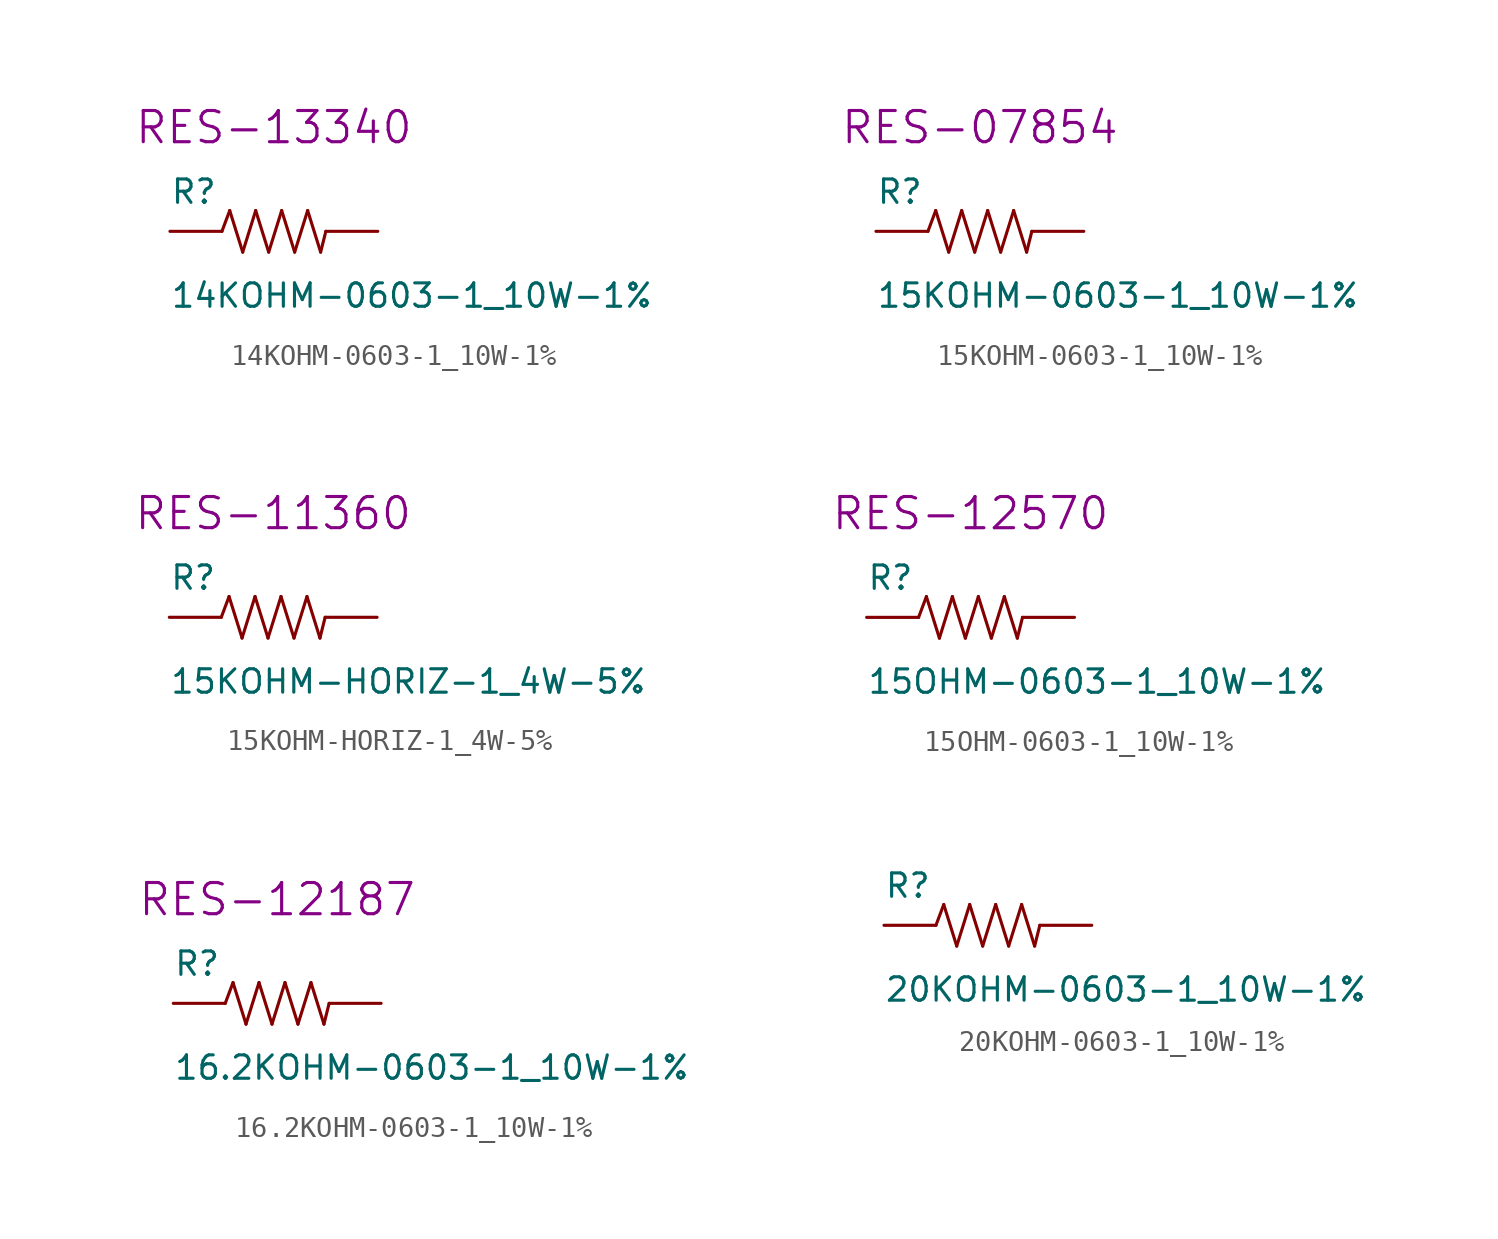
<source format=kicad_sym>
(kicad_symbol_lib
  (version 20211014)
  (generator kicad_symbol_editor)
  (symbol "14KOHM-0603-1_10W-1%"
    (pin_numbers hide)
    (pin_names
      (offset 1.016) hide)
    (property "Reference" "R"
      (at -5.08 1.27 0)
      (effects (font (size 1.143 1.143)) (justify left bottom)))
    (property "Value" "14KOHM-0603-1_10W-1%"
      (at -5.08 -3.81 0)
      (effects (font (size 1.143 1.143)) (justify left bottom)))
    (property "Field4" "RES-13340"
      (at 0 5.08 0)
      (effects (font (size 1.524 1.524))))
    (property "ki_locked" ""
      (at 0 0 0)
      (effects (font (size 1.27 1.27))))
    (symbol "14KOHM-0603-1_10W-1%_1_0"
      (polyline (pts (xy -2.54 0) (xy -2.159 1.016)) (stroke (width 0) (type default) (color 0 0 0 0)) (fill (type none)))
      (polyline (pts (xy -2.159 1.016) (xy -1.524 -1.016)) (stroke (width 0) (type default) (color 0 0 0 0)) (fill (type none)))
      (polyline (pts (xy -1.524 -1.016) (xy -0.889 1.016)) (stroke (width 0) (type default) (color 0 0 0 0)) (fill (type none)))
      (polyline (pts (xy -0.889 1.016) (xy -0.254 -1.016)) (stroke (width 0) (type default) (color 0 0 0 0)) (fill (type none)))
      (polyline (pts (xy -0.254 -1.016) (xy 0.381 1.016)) (stroke (width 0) (type default) (color 0 0 0 0)) (fill (type none)))
      (polyline (pts (xy 0.381 1.016) (xy 1.016 -1.016)) (stroke (width 0) (type default) (color 0 0 0 0)) (fill (type none)))
      (polyline (pts (xy 1.016 -1.016) (xy 1.651 1.016)) (stroke (width 0) (type default) (color 0 0 0 0)) (fill (type none)))
      (polyline (pts (xy 1.651 1.016) (xy 2.286 -1.016)) (stroke (width 0) (type default) (color 0 0 0 0)) (fill (type none)))
      (polyline (pts (xy 2.286 -1.016) (xy 2.54 0)) (stroke (width 0) (type default) (color 0 0 0 0)) (fill (type none))))
    (symbol "14KOHM-0603-1_10W-1%_1_1"
      (pin passive line (at -5.08 0 0) (length 2.54) (name "1" (effects (font (size 1.016 1.016)))) (number "1" (effects (font (size 1.016 1.016)))))
      (pin passive line (at 5.08 0 180) (length 2.54) (name "2" (effects (font (size 1.016 1.016)))) (number "2" (effects (font (size 1.016 1.016)))))))
  (symbol "15KOHM-0603-1_10W-1%"
    (pin_numbers hide)
    (pin_names
      (offset 1.016) hide)
    (property "Reference" "R"
      (at -5.08 1.27 0)
      (effects (font (size 1.143 1.143)) (justify left bottom)))
    (property "Value" "15KOHM-0603-1_10W-1%"
      (at -5.08 -3.81 0)
      (effects (font (size 1.143 1.143)) (justify left bottom)))
    (property "Field4" "RES-07854"
      (at 0 5.08 0)
      (effects (font (size 1.524 1.524))))
    (property "ki_locked" ""
      (at 0 0 0)
      (effects (font (size 1.27 1.27))))
    (symbol "15KOHM-0603-1_10W-1%_1_0"
      (polyline (pts (xy -2.54 0) (xy -2.159 1.016)) (stroke (width 0) (type default) (color 0 0 0 0)) (fill (type none)))
      (polyline (pts (xy -2.159 1.016) (xy -1.524 -1.016)) (stroke (width 0) (type default) (color 0 0 0 0)) (fill (type none)))
      (polyline (pts (xy -1.524 -1.016) (xy -0.889 1.016)) (stroke (width 0) (type default) (color 0 0 0 0)) (fill (type none)))
      (polyline (pts (xy -0.889 1.016) (xy -0.254 -1.016)) (stroke (width 0) (type default) (color 0 0 0 0)) (fill (type none)))
      (polyline (pts (xy -0.254 -1.016) (xy 0.381 1.016)) (stroke (width 0) (type default) (color 0 0 0 0)) (fill (type none)))
      (polyline (pts (xy 0.381 1.016) (xy 1.016 -1.016)) (stroke (width 0) (type default) (color 0 0 0 0)) (fill (type none)))
      (polyline (pts (xy 1.016 -1.016) (xy 1.651 1.016)) (stroke (width 0) (type default) (color 0 0 0 0)) (fill (type none)))
      (polyline (pts (xy 1.651 1.016) (xy 2.286 -1.016)) (stroke (width 0) (type default) (color 0 0 0 0)) (fill (type none)))
      (polyline (pts (xy 2.286 -1.016) (xy 2.54 0)) (stroke (width 0) (type default) (color 0 0 0 0)) (fill (type none))))
    (symbol "15KOHM-0603-1_10W-1%_1_1"
      (pin passive line (at -5.08 0 0) (length 2.54) (name "1" (effects (font (size 1.016 1.016)))) (number "1" (effects (font (size 1.016 1.016)))))
      (pin passive line (at 5.08 0 180) (length 2.54) (name "2" (effects (font (size 1.016 1.016)))) (number "2" (effects (font (size 1.016 1.016)))))))
  (symbol "15KOHM-HORIZ-1_4W-5%"
    (pin_numbers hide)
    (pin_names
      (offset 1.016) hide)
    (property "Reference" "R"
      (at -5.08 1.27 0)
      (effects (font (size 1.143 1.143)) (justify left bottom)))
    (property "Value" "15KOHM-HORIZ-1_4W-5%"
      (at -5.08 -3.81 0)
      (effects (font (size 1.143 1.143)) (justify left bottom)))
    (property "Field4" "RES-11360"
      (at 0 5.08 0)
      (effects (font (size 1.524 1.524))))
    (property "ki_locked" ""
      (at 0 0 0)
      (effects (font (size 1.27 1.27))))
    (symbol "15KOHM-HORIZ-1_4W-5%_1_0"
      (polyline (pts (xy -2.54 0) (xy -2.159 1.016)) (stroke (width 0) (type default) (color 0 0 0 0)) (fill (type none)))
      (polyline (pts (xy -2.159 1.016) (xy -1.524 -1.016)) (stroke (width 0) (type default) (color 0 0 0 0)) (fill (type none)))
      (polyline (pts (xy -1.524 -1.016) (xy -0.889 1.016)) (stroke (width 0) (type default) (color 0 0 0 0)) (fill (type none)))
      (polyline (pts (xy -0.889 1.016) (xy -0.254 -1.016)) (stroke (width 0) (type default) (color 0 0 0 0)) (fill (type none)))
      (polyline (pts (xy -0.254 -1.016) (xy 0.381 1.016)) (stroke (width 0) (type default) (color 0 0 0 0)) (fill (type none)))
      (polyline (pts (xy 0.381 1.016) (xy 1.016 -1.016)) (stroke (width 0) (type default) (color 0 0 0 0)) (fill (type none)))
      (polyline (pts (xy 1.016 -1.016) (xy 1.651 1.016)) (stroke (width 0) (type default) (color 0 0 0 0)) (fill (type none)))
      (polyline (pts (xy 1.651 1.016) (xy 2.286 -1.016)) (stroke (width 0) (type default) (color 0 0 0 0)) (fill (type none)))
      (polyline (pts (xy 2.286 -1.016) (xy 2.54 0)) (stroke (width 0) (type default) (color 0 0 0 0)) (fill (type none))))
    (symbol "15KOHM-HORIZ-1_4W-5%_1_1"
      (pin passive line (at -5.08 0 0) (length 2.54) (name "1" (effects (font (size 1.016 1.016)))) (number "P$1" (effects (font (size 1.016 1.016)))))
      (pin passive line (at 5.08 0 180) (length 2.54) (name "2" (effects (font (size 1.016 1.016)))) (number "P$2" (effects (font (size 1.016 1.016)))))))
  (symbol "15OHM-0603-1_10W-1%"
    (pin_numbers hide)
    (pin_names
      (offset 1.016) hide)
    (property "Reference" "R"
      (at -5.08 1.27 0)
      (effects (font (size 1.143 1.143)) (justify left bottom)))
    (property "Value" "15OHM-0603-1_10W-1%"
      (at -5.08 -3.81 0)
      (effects (font (size 1.143 1.143)) (justify left bottom)))
    (property "Field4" "RES-12570"
      (at 0 5.08 0)
      (effects (font (size 1.524 1.524))))
    (property "ki_locked" ""
      (at 0 0 0)
      (effects (font (size 1.27 1.27))))
    (symbol "15OHM-0603-1_10W-1%_1_0"
      (polyline (pts (xy -2.54 0) (xy -2.159 1.016)) (stroke (width 0) (type default) (color 0 0 0 0)) (fill (type none)))
      (polyline (pts (xy -2.159 1.016) (xy -1.524 -1.016)) (stroke (width 0) (type default) (color 0 0 0 0)) (fill (type none)))
      (polyline (pts (xy -1.524 -1.016) (xy -0.889 1.016)) (stroke (width 0) (type default) (color 0 0 0 0)) (fill (type none)))
      (polyline (pts (xy -0.889 1.016) (xy -0.254 -1.016)) (stroke (width 0) (type default) (color 0 0 0 0)) (fill (type none)))
      (polyline (pts (xy -0.254 -1.016) (xy 0.381 1.016)) (stroke (width 0) (type default) (color 0 0 0 0)) (fill (type none)))
      (polyline (pts (xy 0.381 1.016) (xy 1.016 -1.016)) (stroke (width 0) (type default) (color 0 0 0 0)) (fill (type none)))
      (polyline (pts (xy 1.016 -1.016) (xy 1.651 1.016)) (stroke (width 0) (type default) (color 0 0 0 0)) (fill (type none)))
      (polyline (pts (xy 1.651 1.016) (xy 2.286 -1.016)) (stroke (width 0) (type default) (color 0 0 0 0)) (fill (type none)))
      (polyline (pts (xy 2.286 -1.016) (xy 2.54 0)) (stroke (width 0) (type default) (color 0 0 0 0)) (fill (type none))))
    (symbol "15OHM-0603-1_10W-1%_1_1"
      (pin passive line (at -5.08 0 0) (length 2.54) (name "1" (effects (font (size 1.016 1.016)))) (number "1" (effects (font (size 1.016 1.016)))))
      (pin passive line (at 5.08 0 180) (length 2.54) (name "2" (effects (font (size 1.016 1.016)))) (number "2" (effects (font (size 1.016 1.016)))))))
  (symbol "16.2KOHM-0603-1_10W-1%"
    (pin_numbers hide)
    (pin_names
      (offset 1.016) hide)
    (property "Reference" "R"
      (at -5.08 1.27 0)
      (effects (font (size 1.143 1.143)) (justify left bottom)))
    (property "Value" "16.2KOHM-0603-1_10W-1%"
      (at -5.08 -3.81 0)
      (effects (font (size 1.143 1.143)) (justify left bottom)))
    (property "Field4" "RES-12187"
      (at 0 5.08 0)
      (effects (font (size 1.524 1.524))))
    (property "ki_locked" ""
      (at 0 0 0)
      (effects (font (size 1.27 1.27))))
    (symbol "16.2KOHM-0603-1_10W-1%_1_0"
      (polyline (pts (xy -2.54 0) (xy -2.159 1.016)) (stroke (width 0) (type default) (color 0 0 0 0)) (fill (type none)))
      (polyline (pts (xy -2.159 1.016) (xy -1.524 -1.016)) (stroke (width 0) (type default) (color 0 0 0 0)) (fill (type none)))
      (polyline (pts (xy -1.524 -1.016) (xy -0.889 1.016)) (stroke (width 0) (type default) (color 0 0 0 0)) (fill (type none)))
      (polyline (pts (xy -0.889 1.016) (xy -0.254 -1.016)) (stroke (width 0) (type default) (color 0 0 0 0)) (fill (type none)))
      (polyline (pts (xy -0.254 -1.016) (xy 0.381 1.016)) (stroke (width 0) (type default) (color 0 0 0 0)) (fill (type none)))
      (polyline (pts (xy 0.381 1.016) (xy 1.016 -1.016)) (stroke (width 0) (type default) (color 0 0 0 0)) (fill (type none)))
      (polyline (pts (xy 1.016 -1.016) (xy 1.651 1.016)) (stroke (width 0) (type default) (color 0 0 0 0)) (fill (type none)))
      (polyline (pts (xy 1.651 1.016) (xy 2.286 -1.016)) (stroke (width 0) (type default) (color 0 0 0 0)) (fill (type none)))
      (polyline (pts (xy 2.286 -1.016) (xy 2.54 0)) (stroke (width 0) (type default) (color 0 0 0 0)) (fill (type none))))
    (symbol "16.2KOHM-0603-1_10W-1%_1_1"
      (pin passive line (at -5.08 0 0) (length 2.54) (name "1" (effects (font (size 1.016 1.016)))) (number "1" (effects (font (size 1.016 1.016)))))
      (pin passive line (at 5.08 0 180) (length 2.54) (name "2" (effects (font (size 1.016 1.016)))) (number "2" (effects (font (size 1.016 1.016)))))))
  (symbol "20KOHM-0603-1_10W-1%"
    (pin_numbers hide)
    (pin_names
      (offset 1.016) hide)
    (property "Reference" "R"
      (at -5.08 1.27 0)
      (effects (font (size 1.143 1.143)) (justify left bottom)))
    (property "Value" "20KOHM-0603-1_10W-1%"
      (at -5.08 -3.81 0)
      (effects (font (size 1.143 1.143)) (justify left bottom)))
    (property "ki_locked" ""
      (at 0 0 0)
      (effects (font (size 1.27 1.27))))
    (symbol "20KOHM-0603-1_10W-1%_1_0"
      (polyline (pts (xy -2.54 0) (xy -2.159 1.016)) (stroke (width 0) (type default) (color 0 0 0 0)) (fill (type none)))
      (polyline (pts (xy -2.159 1.016) (xy -1.524 -1.016)) (stroke (width 0) (type default) (color 0 0 0 0)) (fill (type none)))
      (polyline (pts (xy -1.524 -1.016) (xy -0.889 1.016)) (stroke (width 0) (type default) (color 0 0 0 0)) (fill (type none)))
      (polyline (pts (xy -0.889 1.016) (xy -0.254 -1.016)) (stroke (width 0) (type default) (color 0 0 0 0)) (fill (type none)))
      (polyline (pts (xy -0.254 -1.016) (xy 0.381 1.016)) (stroke (width 0) (type default) (color 0 0 0 0)) (fill (type none)))
      (polyline (pts (xy 0.381 1.016) (xy 1.016 -1.016)) (stroke (width 0) (type default) (color 0 0 0 0)) (fill (type none)))
      (polyline (pts (xy 1.016 -1.016) (xy 1.651 1.016)) (stroke (width 0) (type default) (color 0 0 0 0)) (fill (type none)))
      (polyline (pts (xy 1.651 1.016) (xy 2.286 -1.016)) (stroke (width 0) (type default) (color 0 0 0 0)) (fill (type none)))
      (polyline (pts (xy 2.286 -1.016) (xy 2.54 0)) (stroke (width 0) (type default) (color 0 0 0 0)) (fill (type none))))
    (symbol "20KOHM-0603-1_10W-1%_1_1"
      (pin passive line (at -5.08 0 0) (length 2.54) (name "1" (effects (font (size 1.016 1.016)))) (number "1" (effects (font (size 1.016 1.016)))))
      (pin passive line (at 5.08 0 180) (length 2.54) (name "2" (effects (font (size 1.016 1.016)))) (number "2" (effects (font (size 1.016 1.016))))))))
</source>
